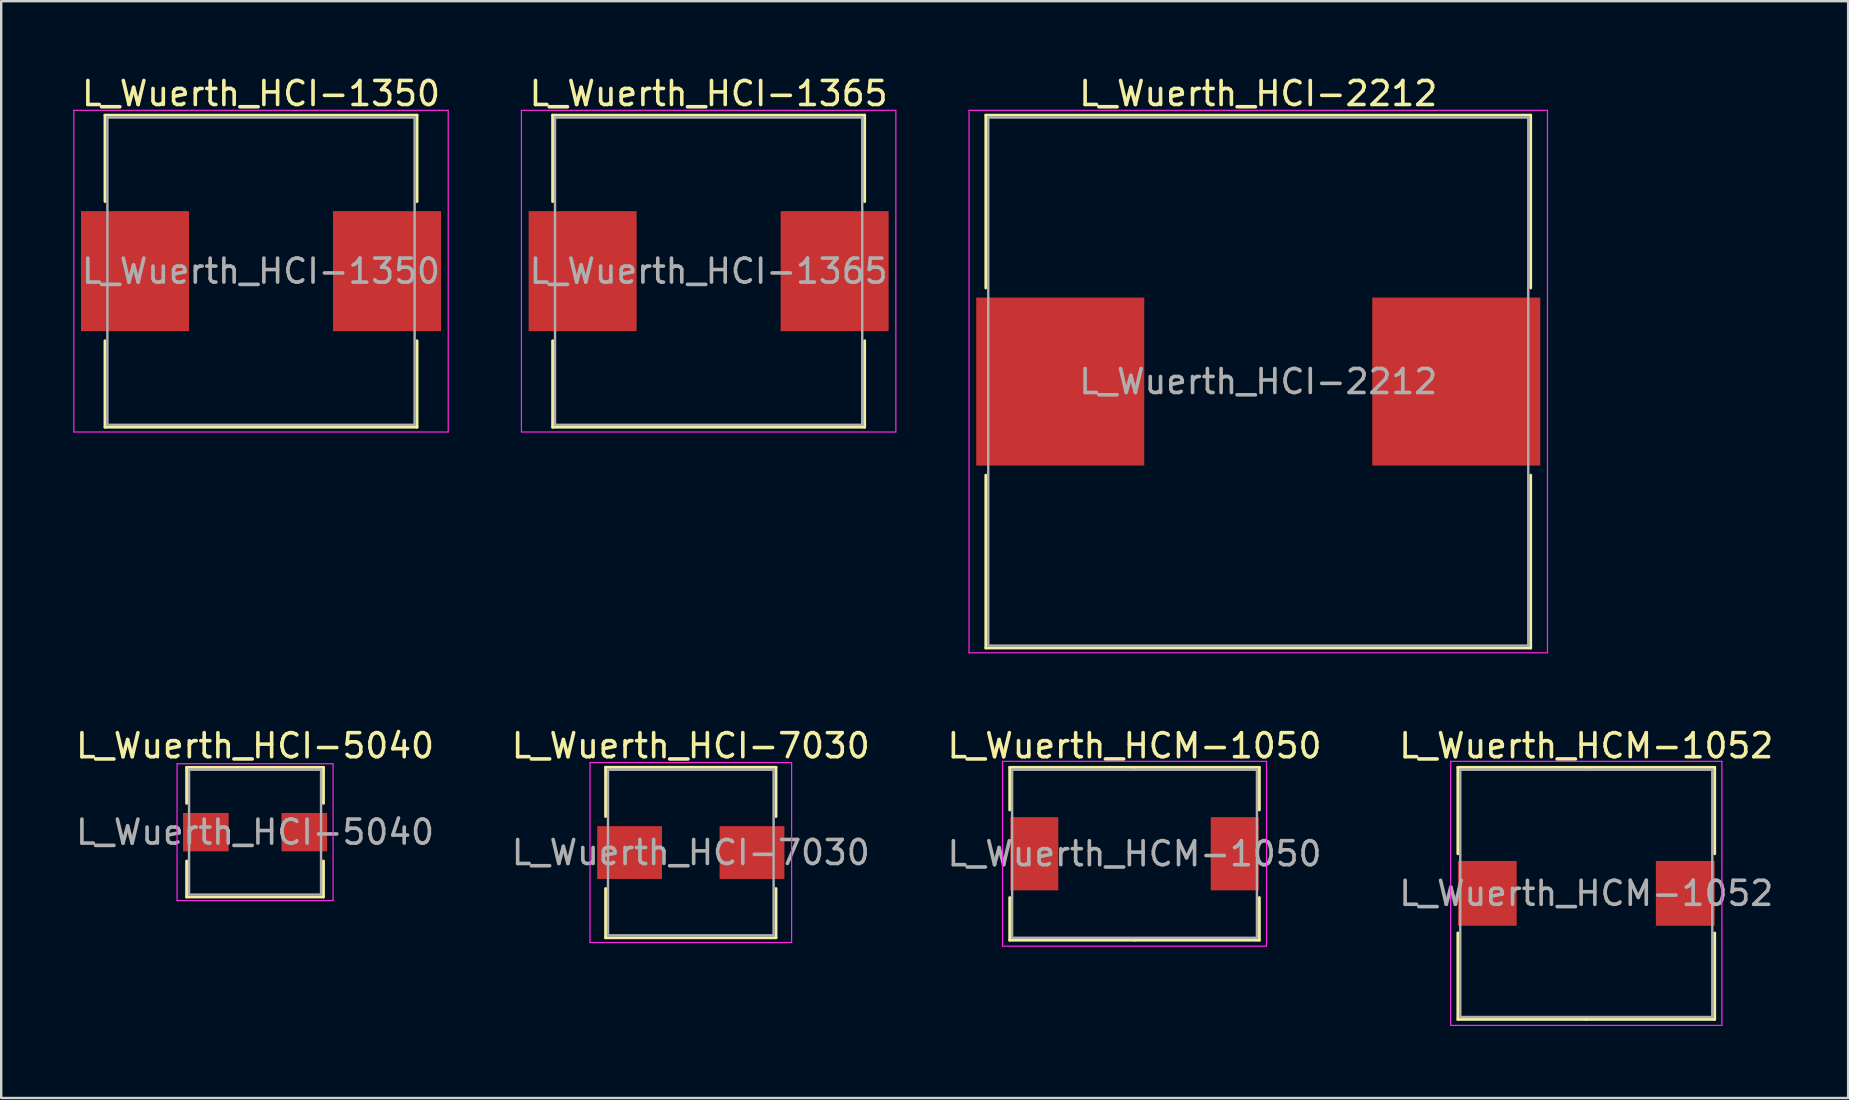
<source format=kicad_pcb>
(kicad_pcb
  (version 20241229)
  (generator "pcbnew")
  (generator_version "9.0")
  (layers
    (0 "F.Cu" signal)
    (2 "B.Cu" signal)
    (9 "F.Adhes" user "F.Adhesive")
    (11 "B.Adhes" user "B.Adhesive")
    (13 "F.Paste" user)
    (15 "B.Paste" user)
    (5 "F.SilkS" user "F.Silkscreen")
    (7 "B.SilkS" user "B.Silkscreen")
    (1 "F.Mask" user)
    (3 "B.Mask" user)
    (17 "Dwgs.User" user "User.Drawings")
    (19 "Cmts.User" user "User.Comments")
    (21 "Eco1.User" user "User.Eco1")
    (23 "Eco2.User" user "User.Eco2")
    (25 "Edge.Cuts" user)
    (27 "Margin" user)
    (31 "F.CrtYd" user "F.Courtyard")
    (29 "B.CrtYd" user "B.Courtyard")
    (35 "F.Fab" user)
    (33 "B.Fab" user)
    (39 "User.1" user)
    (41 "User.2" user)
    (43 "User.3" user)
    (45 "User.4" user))
  (footprint "L_Wuerth_HCI-5040"
    (layer "F.Cu")
    (at 7.577 31.622)
    (property "Reference" "L_Wuerth_HCI-5040" (at 0 -3.6 0) (layer "F.SilkS") (effects (font (size 1 1) (thickness 0.15))))
    (attr smd)
    (fp_line (start -2.85 -2.7) (end 2.85 -2.7) (stroke (width 0.12) (type solid)) (layer "F.SilkS"))
    (fp_line (start -2.85 -1.2) (end -2.85 -2.7) (stroke (width 0.12) (type solid)) (layer "F.SilkS"))
    (fp_line (start -2.85 1.2) (end -2.85 2.7) (stroke (width 0.12) (type solid)) (layer "F.SilkS"))
    (fp_line (start -2.85 2.7) (end 2.85 2.7) (stroke (width 0.12) (type solid)) (layer "F.SilkS"))
    (fp_line (start 2.85 -2.7) (end 2.85 -1.2) (stroke (width 0.12) (type solid)) (layer "F.SilkS"))
    (fp_line (start 2.85 2.7) (end 2.85 1.2) (stroke (width 0.12) (type solid)) (layer "F.SilkS"))
    (fp_line (start -3.25 -2.85) (end -3.25 2.85) (stroke (width 0.05) (type solid)) (layer "F.CrtYd"))
    (fp_line (start -3.25 2.85) (end 3.25 2.85) (stroke (width 0.05) (type solid)) (layer "F.CrtYd"))
    (fp_line (start 3.25 -2.85) (end -3.25 -2.85) (stroke (width 0.05) (type solid)) (layer "F.CrtYd"))
    (fp_line (start 3.25 2.85) (end 3.25 -2.85) (stroke (width 0.05) (type solid)) (layer "F.CrtYd"))
    (fp_line (start -2.75 -2.6) (end -2.75 2.6) (stroke (width 0.1) (type solid)) (layer "F.Fab"))
    (fp_line (start -2.75 2.6) (end 2.75 2.6) (stroke (width 0.1) (type solid)) (layer "F.Fab"))
    (fp_line (start 2.75 -2.6) (end -2.75 -2.6) (stroke (width 0.1) (type solid)) (layer "F.Fab"))
    (fp_line (start 2.75 2.6) (end 2.75 -2.6) (stroke (width 0.1) (type solid)) (layer "F.Fab"))
    (fp_text user "${REFERENCE}" (at 0 0 0) (layer "F.Fab") (effects (font (size 1 1) (thickness 0.15))))
    (pad "1" smd rect (at -2.05 0) (size 1.9 1.6) (layers "F.Cu" "F.Mask" "F.Paste"))
    (pad "2" smd rect (at 2.05 0) (size 1.9 1.6) (layers "F.Cu" "F.Mask" "F.Paste")))
  (footprint "L_Wuerth_HCI-1350"
    (layer "F.Cu")
    (at 7.825 8.248)
    (property "Reference" "L_Wuerth_HCI-1350" (at 0 -7.4 0) (layer "F.SilkS") (effects (font (size 1 1) (thickness 0.15))))
    (attr smd)
    (fp_line (start -6.5 -6.5) (end 6.5 -6.5) (stroke (width 0.12) (type solid)) (layer "F.SilkS"))
    (fp_line (start -6.5 -2.9) (end -6.5 -6.5) (stroke (width 0.12) (type solid)) (layer "F.SilkS"))
    (fp_line (start -6.5 2.9) (end -6.5 6.5) (stroke (width 0.12) (type solid)) (layer "F.SilkS"))
    (fp_line (start -6.5 6.5) (end 6.5 6.5) (stroke (width 0.12) (type solid)) (layer "F.SilkS"))
    (fp_line (start 6.5 -6.5) (end 6.5 -2.9) (stroke (width 0.12) (type solid)) (layer "F.SilkS"))
    (fp_line (start 6.5 6.5) (end 6.5 2.9) (stroke (width 0.12) (type solid)) (layer "F.SilkS"))
    (fp_line (start -7.8 -6.7) (end -7.8 6.7) (stroke (width 0.05) (type solid)) (layer "F.CrtYd"))
    (fp_line (start -7.8 6.7) (end 7.8 6.7) (stroke (width 0.05) (type solid)) (layer "F.CrtYd"))
    (fp_line (start 7.8 -6.7) (end -7.8 -6.7) (stroke (width 0.05) (type solid)) (layer "F.CrtYd"))
    (fp_line (start 7.8 6.7) (end 7.8 -6.7) (stroke (width 0.05) (type solid)) (layer "F.CrtYd"))
    (fp_line (start -6.4 -6.4) (end -6.4 6.4) (stroke (width 0.1) (type solid)) (layer "F.Fab"))
    (fp_line (start -6.4 6.4) (end 6.4 6.4) (stroke (width 0.1) (type solid)) (layer "F.Fab"))
    (fp_line (start 6.4 -6.4) (end -6.4 -6.4) (stroke (width 0.1) (type solid)) (layer "F.Fab"))
    (fp_line (start 6.4 6.4) (end 6.4 -6.4) (stroke (width 0.1) (type solid)) (layer "F.Fab"))
    (fp_text user "${REFERENCE}" (at 0 0 0) (layer "F.Fab") (effects (font (size 1 1) (thickness 0.15))))
    (pad "1" smd rect (at -5.25 0) (size 4.5 5) (layers "F.Cu" "F.Mask" "F.Paste"))
    (pad "2" smd rect (at 5.25 0) (size 4.5 5) (layers "F.Cu" "F.Mask" "F.Paste")))
  (footprint "L_Wuerth_HCI-7030"
    (layer "F.Cu")
    (at 25.732 32.471)
    (property "Reference" "L_Wuerth_HCI-7030" (at 0 -4.45 0) (layer "F.SilkS") (effects (font (size 1 1) (thickness 0.15))))
    (attr smd)
    (fp_line (start -3.55 -3.55) (end 3.55 -3.55) (stroke (width 0.12) (type solid)) (layer "F.SilkS"))
    (fp_line (start -3.55 -1.5) (end -3.55 -3.55) (stroke (width 0.12) (type solid)) (layer "F.SilkS"))
    (fp_line (start -3.55 1.5) (end -3.55 3.55) (stroke (width 0.12) (type solid)) (layer "F.SilkS"))
    (fp_line (start -3.55 3.55) (end 3.55 3.55) (stroke (width 0.12) (type solid)) (layer "F.SilkS"))
    (fp_line (start 3.55 -3.55) (end 3.55 -1.5) (stroke (width 0.12) (type solid)) (layer "F.SilkS"))
    (fp_line (start 3.55 3.55) (end 3.55 1.5) (stroke (width 0.12) (type solid)) (layer "F.SilkS"))
    (fp_line (start -4.2 -3.75) (end -4.2 3.75) (stroke (width 0.05) (type solid)) (layer "F.CrtYd"))
    (fp_line (start -4.2 3.75) (end 4.2 3.75) (stroke (width 0.05) (type solid)) (layer "F.CrtYd"))
    (fp_line (start 4.2 -3.75) (end -4.2 -3.75) (stroke (width 0.05) (type solid)) (layer "F.CrtYd"))
    (fp_line (start 4.2 3.75) (end 4.2 -3.75) (stroke (width 0.05) (type solid)) (layer "F.CrtYd"))
    (fp_line (start -3.45 -3.45) (end -3.45 3.45) (stroke (width 0.1) (type solid)) (layer "F.Fab"))
    (fp_line (start -3.45 3.45) (end 3.45 3.45) (stroke (width 0.1) (type solid)) (layer "F.Fab"))
    (fp_line (start 3.45 -3.45) (end -3.45 -3.45) (stroke (width 0.1) (type solid)) (layer "F.Fab"))
    (fp_line (start 3.45 3.45) (end 3.45 -3.45) (stroke (width 0.1) (type solid)) (layer "F.Fab"))
    (fp_text user "${REFERENCE}" (at 0 0 0) (layer "F.Fab") (effects (font (size 1 1) (thickness 0.15))))
    (pad "1" smd rect (at -2.55 0) (size 2.7 2.2) (layers "F.Cu" "F.Mask" "F.Paste"))
    (pad "2" smd rect (at 2.55 0) (size 2.7 2.2) (layers "F.Cu" "F.Mask" "F.Paste")))
  (footprint "L_Wuerth_HCI-2212"
    (layer "F.Cu")
    (at 49.375 12.848)
    (property "Reference" "L_Wuerth_HCI-2212" (at 0 -12 0) (layer "F.SilkS") (effects (font (size 1 1) (thickness 0.15))))
    (attr smd)
    (fp_line (start -11.35 -11.1) (end 11.35 -11.1) (stroke (width 0.12) (type solid)) (layer "F.SilkS"))
    (fp_line (start -11.35 -3.9) (end -11.35 -11.1) (stroke (width 0.12) (type solid)) (layer "F.SilkS"))
    (fp_line (start -11.35 3.9) (end -11.35 11.1) (stroke (width 0.12) (type solid)) (layer "F.SilkS"))
    (fp_line (start -11.35 11.1) (end 11.35 11.1) (stroke (width 0.12) (type solid)) (layer "F.SilkS"))
    (fp_line (start 11.35 -11.1) (end 11.35 -3.9) (stroke (width 0.12) (type solid)) (layer "F.SilkS"))
    (fp_line (start 11.35 11.1) (end 11.35 3.9) (stroke (width 0.12) (type solid)) (layer "F.SilkS"))
    (fp_line (start -12.05 -11.3) (end -12.05 11.3) (stroke (width 0.05) (type solid)) (layer "F.CrtYd"))
    (fp_line (start -12.05 11.3) (end 12.05 11.3) (stroke (width 0.05) (type solid)) (layer "F.CrtYd"))
    (fp_line (start 12.05 -11.3) (end -12.05 -11.3) (stroke (width 0.05) (type solid)) (layer "F.CrtYd"))
    (fp_line (start 12.05 11.3) (end 12.05 -11.3) (stroke (width 0.05) (type solid)) (layer "F.CrtYd"))
    (fp_line (start -11.25 -11) (end -11.25 11) (stroke (width 0.1) (type solid)) (layer "F.Fab"))
    (fp_line (start -11.25 11) (end 11.25 11) (stroke (width 0.1) (type solid)) (layer "F.Fab"))
    (fp_line (start 11.25 -11) (end -11.25 -11) (stroke (width 0.1) (type solid)) (layer "F.Fab"))
    (fp_line (start 11.25 11) (end 11.25 -11) (stroke (width 0.1) (type solid)) (layer "F.Fab"))
    (fp_text user "${REFERENCE}" (at 0 0 0) (layer "F.Fab") (effects (font (size 1 1) (thickness 0.15))))
    (pad "1" smd rect (at -8.25 0) (size 7 7) (layers "F.Cu" "F.Mask" "F.Paste"))
    (pad "2" smd rect (at 8.25 0) (size 7 7) (layers "F.Cu" "F.Mask" "F.Paste")))
  (footprint "L_Wuerth_HCM-1052"
    (layer "F.Cu")
    (at 63.042 34.172)
    (property "Reference" "L_Wuerth_HCM-1052" (at 0 -6.15 0) (layer "F.SilkS") (effects (font (size 1 1) (thickness 0.15))))
    (attr smd)
    (fp_line (start -5.35 -5.25) (end 0 -5.25) (stroke (width 0.12) (type solid)) (layer "F.SilkS"))
    (fp_line (start -5.35 -1.65) (end -5.35 -5.25) (stroke (width 0.12) (type solid)) (layer "F.SilkS"))
    (fp_line (start -5.35 1.65) (end -5.35 5.25) (stroke (width 0.12) (type solid)) (layer "F.SilkS"))
    (fp_line (start -5.35 5.25) (end 0 5.25) (stroke (width 0.12) (type solid)) (layer "F.SilkS"))
    (fp_line (start 5.35 -5.25) (end 0 -5.25) (stroke (width 0.12) (type solid)) (layer "F.SilkS"))
    (fp_line (start 5.35 -1.65) (end 5.35 -5.25) (stroke (width 0.12) (type solid)) (layer "F.SilkS"))
    (fp_line (start 5.35 1.65) (end 5.35 5.25) (stroke (width 0.12) (type solid)) (layer "F.SilkS"))
    (fp_line (start 5.35 5.25) (end 0 5.25) (stroke (width 0.12) (type solid)) (layer "F.SilkS"))
    (fp_line (start -5.65 -5.5) (end -5.65 5.5) (stroke (width 0.05) (type solid)) (layer "F.CrtYd"))
    (fp_line (start -5.65 5.5) (end 5.65 5.5) (stroke (width 0.05) (type solid)) (layer "F.CrtYd"))
    (fp_line (start 5.65 -5.5) (end -5.65 -5.5) (stroke (width 0.05) (type solid)) (layer "F.CrtYd"))
    (fp_line (start 5.65 5.5) (end 5.65 -5.5) (stroke (width 0.05) (type solid)) (layer "F.CrtYd"))
    (fp_line (start -5.25 -5.15) (end -5.25 5.15) (stroke (width 0.1) (type solid)) (layer "F.Fab"))
    (fp_line (start -5.25 5.15) (end 5.25 5.15) (stroke (width 0.1) (type solid)) (layer "F.Fab"))
    (fp_line (start 5.25 -5.15) (end -5.25 -5.15) (stroke (width 0.1) (type solid)) (layer "F.Fab"))
    (fp_line (start 5.25 5.15) (end 5.25 -5.15) (stroke (width 0.1) (type solid)) (layer "F.Fab"))
    (fp_text user "${REFERENCE}" (at 0 0 0) (layer "F.Fab") (effects (font (size 1 1) (thickness 0.15))))
    (pad "1" smd rect (at -4.125 0) (size 2.45 2.7) (layers "F.Cu" "F.Mask" "F.Paste"))
    (pad "2" smd rect (at 4.125 0) (size 2.45 2.7) (layers "F.Cu" "F.Mask" "F.Paste")))
  (footprint "L_Wuerth_HCM-1050"
    (layer "F.Cu")
    (at 44.22 32.522)
    (property "Reference" "L_Wuerth_HCM-1050" (at 0 -4.5 0) (layer "F.SilkS") (effects (font (size 1 1) (thickness 0.15))))
    (attr smd)
    (fp_line (start -5.2 -3.6) (end 0 -3.6) (stroke (width 0.12) (type solid)) (layer "F.SilkS"))
    (fp_line (start -5.2 -1.825) (end -5.2 -3.6) (stroke (width 0.12) (type solid)) (layer "F.SilkS"))
    (fp_line (start -5.2 1.825) (end -5.2 3.6) (stroke (width 0.12) (type solid)) (layer "F.SilkS"))
    (fp_line (start -5.2 3.6) (end 0 3.6) (stroke (width 0.12) (type solid)) (layer "F.SilkS"))
    (fp_line (start 5.2 -3.6) (end 0 -3.6) (stroke (width 0.12) (type solid)) (layer "F.SilkS"))
    (fp_line (start 5.2 -1.825) (end 5.2 -3.6) (stroke (width 0.12) (type solid)) (layer "F.SilkS"))
    (fp_line (start 5.2 1.825) (end 5.2 3.6) (stroke (width 0.12) (type solid)) (layer "F.SilkS"))
    (fp_line (start 5.2 3.6) (end 0 3.6) (stroke (width 0.12) (type solid)) (layer "F.SilkS"))
    (fp_line (start -5.5 -3.85) (end -5.5 3.85) (stroke (width 0.05) (type solid)) (layer "F.CrtYd"))
    (fp_line (start -5.5 3.85) (end 5.5 3.85) (stroke (width 0.05) (type solid)) (layer "F.CrtYd"))
    (fp_line (start 5.5 -3.85) (end -5.5 -3.85) (stroke (width 0.05) (type solid)) (layer "F.CrtYd"))
    (fp_line (start 5.5 3.85) (end 5.5 -3.85) (stroke (width 0.05) (type solid)) (layer "F.CrtYd"))
    (fp_line (start -5.1 -3.5) (end -5.1 3.5) (stroke (width 0.1) (type solid)) (layer "F.Fab"))
    (fp_line (start -5.1 3.5) (end 5.1 3.5) (stroke (width 0.1) (type solid)) (layer "F.Fab"))
    (fp_line (start 5.1 -3.5) (end -5.1 -3.5) (stroke (width 0.1) (type solid)) (layer "F.Fab"))
    (fp_line (start 5.1 3.5) (end 5.1 -3.5) (stroke (width 0.1) (type solid)) (layer "F.Fab"))
    (fp_text user "${REFERENCE}" (at 0 0 0) (layer "F.Fab") (effects (font (size 1 1) (thickness 0.15))))
    (pad "1" smd rect (at -4.175 0) (size 2 3.05) (layers "F.Cu" "F.Mask" "F.Paste"))
    (pad "2" smd rect (at 4.175 0) (size 2 3.05) (layers "F.Cu" "F.Mask" "F.Paste")))
  (footprint "L_Wuerth_HCI-1365"
    (layer "F.Cu")
    (at 26.475 8.248)
    (property "Reference" "L_Wuerth_HCI-1365" (at 0 -7.4 0) (layer "F.SilkS") (effects (font (size 1 1) (thickness 0.15))))
    (attr smd)
    (fp_line (start -6.5 -6.5) (end 6.5 -6.5) (stroke (width 0.12) (type solid)) (layer "F.SilkS"))
    (fp_line (start -6.5 -2.9) (end -6.5 -6.5) (stroke (width 0.12) (type solid)) (layer "F.SilkS"))
    (fp_line (start -6.5 2.9) (end -6.5 6.5) (stroke (width 0.12) (type solid)) (layer "F.SilkS"))
    (fp_line (start -6.5 6.5) (end 6.5 6.5) (stroke (width 0.12) (type solid)) (layer "F.SilkS"))
    (fp_line (start 6.5 -6.5) (end 6.5 -2.9) (stroke (width 0.12) (type solid)) (layer "F.SilkS"))
    (fp_line (start 6.5 6.5) (end 6.5 2.9) (stroke (width 0.12) (type solid)) (layer "F.SilkS"))
    (fp_line (start -7.8 -6.7) (end -7.8 6.7) (stroke (width 0.05) (type solid)) (layer "F.CrtYd"))
    (fp_line (start -7.8 6.7) (end 7.8 6.7) (stroke (width 0.05) (type solid)) (layer "F.CrtYd"))
    (fp_line (start 7.8 -6.7) (end -7.8 -6.7) (stroke (width 0.05) (type solid)) (layer "F.CrtYd"))
    (fp_line (start 7.8 6.7) (end 7.8 -6.7) (stroke (width 0.05) (type solid)) (layer "F.CrtYd"))
    (fp_line (start -6.4 -6.4) (end -6.4 6.4) (stroke (width 0.1) (type solid)) (layer "F.Fab"))
    (fp_line (start -6.4 6.4) (end 6.4 6.4) (stroke (width 0.1) (type solid)) (layer "F.Fab"))
    (fp_line (start 6.4 -6.4) (end -6.4 -6.4) (stroke (width 0.1) (type solid)) (layer "F.Fab"))
    (fp_line (start 6.4 6.4) (end 6.4 -6.4) (stroke (width 0.1) (type solid)) (layer "F.Fab"))
    (fp_text user "${REFERENCE}" (at 0 0 0) (layer "F.Fab") (effects (font (size 1 1) (thickness 0.15))))
    (pad "1" smd rect (at -5.25 0) (size 4.5 5) (layers "F.Cu" "F.Mask" "F.Paste"))
    (pad "2" smd rect (at 5.25 0) (size 4.5 5) (layers "F.Cu" "F.Mask" "F.Paste")))
  (gr_rect
    (start -3 -3)
    (end 73.952 42.697)
    (stroke (width 0.1) (type default))
    (fill no)
    (layer "Edge.Cuts")))
</source>
